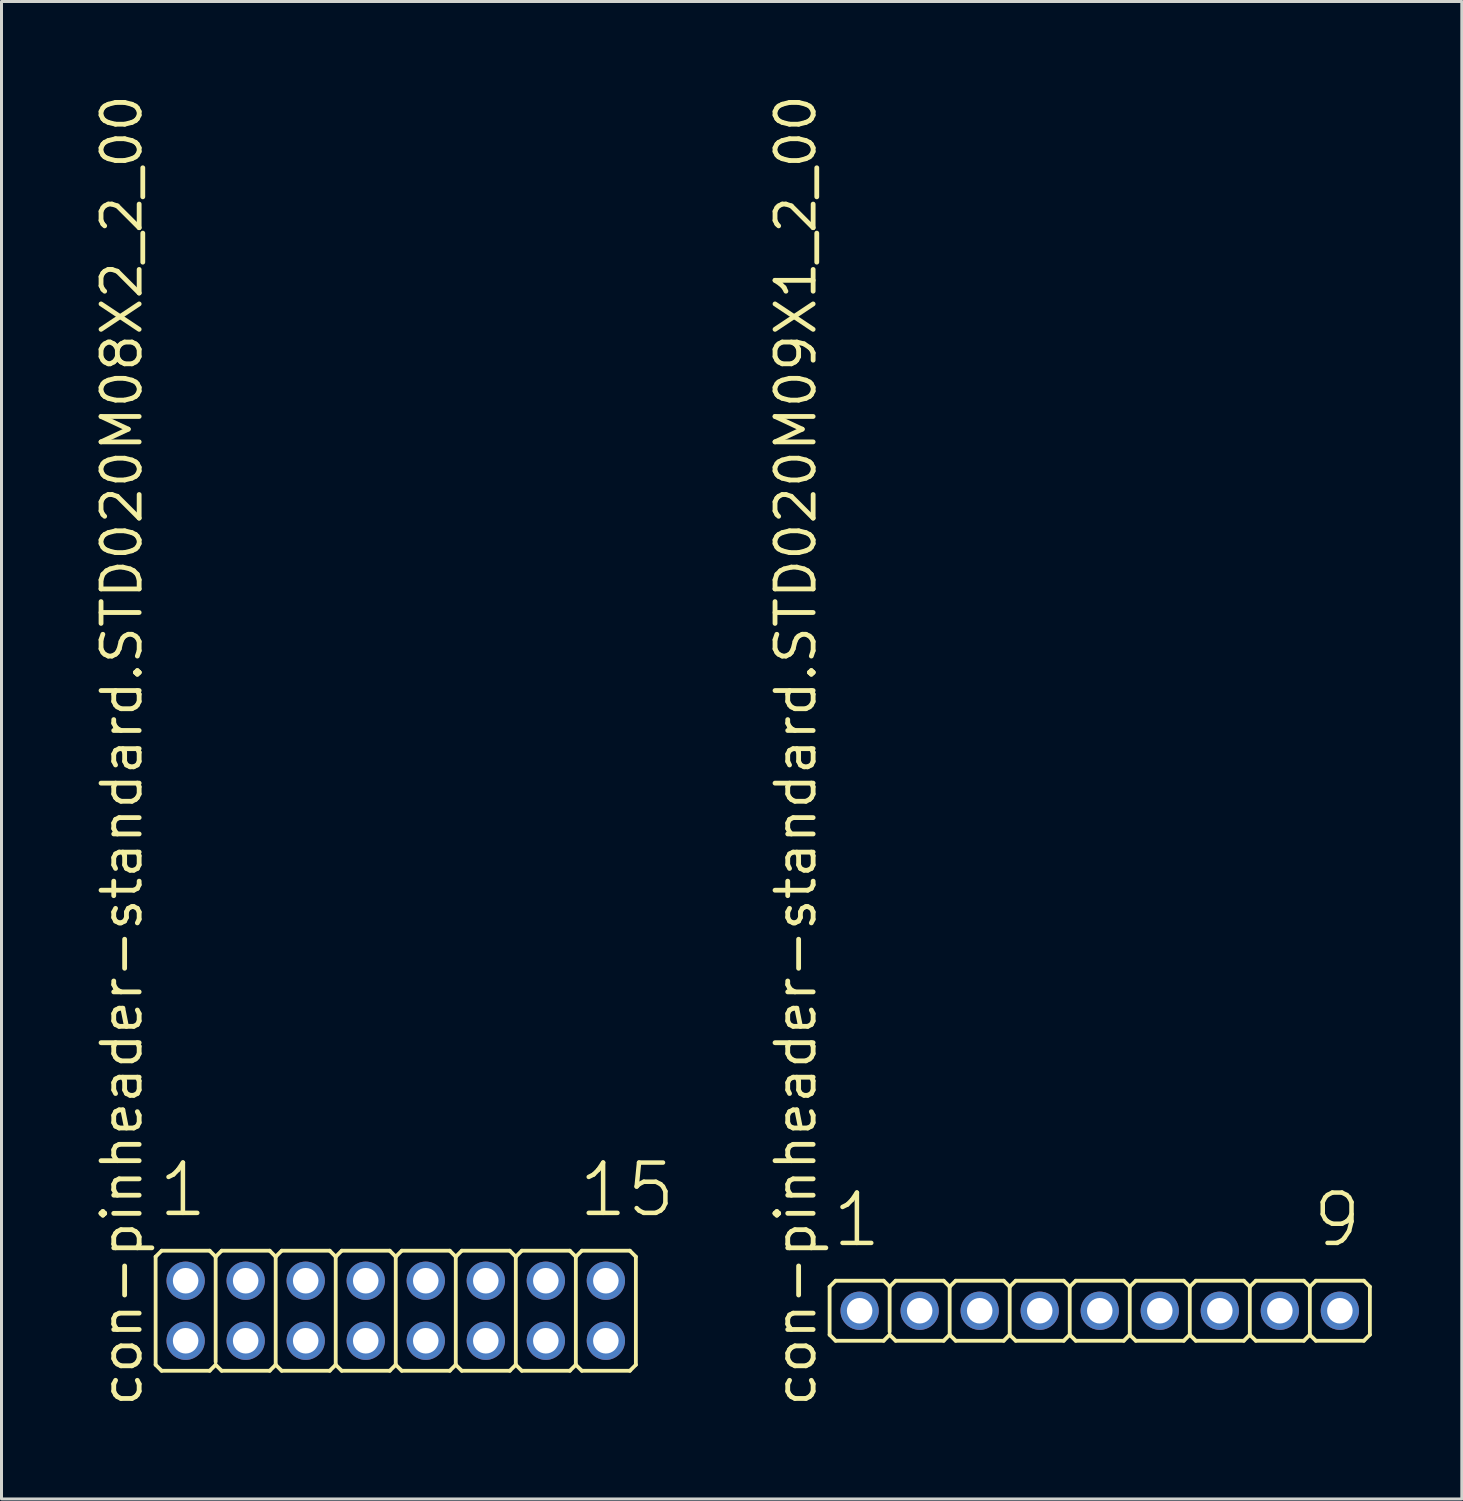
<source format=kicad_pcb>
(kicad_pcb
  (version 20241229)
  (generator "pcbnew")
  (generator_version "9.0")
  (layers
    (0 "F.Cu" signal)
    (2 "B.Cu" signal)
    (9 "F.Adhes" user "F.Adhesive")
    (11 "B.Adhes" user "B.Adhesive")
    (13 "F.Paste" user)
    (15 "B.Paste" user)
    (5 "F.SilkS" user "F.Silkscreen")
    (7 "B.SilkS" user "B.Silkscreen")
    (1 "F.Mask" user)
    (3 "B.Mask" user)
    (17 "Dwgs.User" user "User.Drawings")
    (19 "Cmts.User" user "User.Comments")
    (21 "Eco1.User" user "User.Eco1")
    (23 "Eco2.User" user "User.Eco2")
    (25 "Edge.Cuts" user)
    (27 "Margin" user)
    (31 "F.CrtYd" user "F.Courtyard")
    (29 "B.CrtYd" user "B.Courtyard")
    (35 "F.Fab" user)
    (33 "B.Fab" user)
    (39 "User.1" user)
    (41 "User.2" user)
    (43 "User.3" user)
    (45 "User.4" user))
  (footprint "con-pinheader-standard.STD020M09X1_2_00"
    (layer "F.Cu")
    (at 33.59 40.62)
    (property "Reference" "con-pinheader-standard.STD020M09X1_2_00" (at -9.385 3.27 90) (layer "F.SilkS") (effects (font (size 1.27 1.27) (thickness 0.16)) (justify left bottom)))
    (attr through_hole)
    (fp_line (start -9 0.8) (end -9 -0.8) (stroke (width 0.127) (type default)) (layer "F.SilkS"))
    (fp_line (start -8.8 -1) (end -9 -0.8) (stroke (width 0.127) (type default)) (layer "F.SilkS"))
    (fp_line (start -8.8 -1) (end -7.2 -1) (stroke (width 0.127) (type default)) (layer "F.SilkS"))
    (fp_line (start -8.8 1) (end -9 0.8) (stroke (width 0.127) (type default)) (layer "F.SilkS"))
    (fp_line (start -7.2 -1) (end -7 -0.8) (stroke (width 0.127) (type default)) (layer "F.SilkS"))
    (fp_line (start -7.2 1) (end -8.8 1) (stroke (width 0.127) (type default)) (layer "F.SilkS"))
    (fp_line (start -7.2 1) (end -7 0.8) (stroke (width 0.127) (type default)) (layer "F.SilkS"))
    (fp_line (start -7 -0.8) (end -7 0.7) (stroke (width 0.127) (type default)) (layer "F.SilkS"))
    (fp_line (start -6.8 -1) (end -7 -0.8) (stroke (width 0.127) (type default)) (layer "F.SilkS"))
    (fp_line (start -6.8 -1) (end -5.2 -1) (stroke (width 0.127) (type default)) (layer "F.SilkS"))
    (fp_line (start -6.8 1) (end -7 0.8) (stroke (width 0.127) (type default)) (layer "F.SilkS"))
    (fp_line (start -5.2 -1) (end -5 -0.8) (stroke (width 0.127) (type default)) (layer "F.SilkS"))
    (fp_line (start -5.2 1) (end -6.8 1) (stroke (width 0.127) (type default)) (layer "F.SilkS"))
    (fp_line (start -5.2 1) (end -5 0.8) (stroke (width 0.127) (type default)) (layer "F.SilkS"))
    (fp_line (start -5 -0.8) (end -5 0.8) (stroke (width 0.127) (type default)) (layer "F.SilkS"))
    (fp_line (start -4.8 -1) (end -5 -0.8) (stroke (width 0.127) (type default)) (layer "F.SilkS"))
    (fp_line (start -4.8 -1) (end -3.2 -1) (stroke (width 0.127) (type default)) (layer "F.SilkS"))
    (fp_line (start -4.8 1) (end -5 0.8) (stroke (width 0.127) (type default)) (layer "F.SilkS"))
    (fp_line (start -3.2 -1) (end -3 -0.8) (stroke (width 0.127) (type default)) (layer "F.SilkS"))
    (fp_line (start -3.2 1) (end -4.8 1) (stroke (width 0.127) (type default)) (layer "F.SilkS"))
    (fp_line (start -3.2 1) (end -3 0.8) (stroke (width 0.127) (type default)) (layer "F.SilkS"))
    (fp_line (start -3 -0.8) (end -3 0.8) (stroke (width 0.127) (type default)) (layer "F.SilkS"))
    (fp_line (start -2.8 -1) (end -3 -0.8) (stroke (width 0.127) (type default)) (layer "F.SilkS"))
    (fp_line (start -2.8 -1) (end -1.2 -1) (stroke (width 0.127) (type default)) (layer "F.SilkS"))
    (fp_line (start -2.8 1) (end -3 0.8) (stroke (width 0.127) (type default)) (layer "F.SilkS"))
    (fp_line (start -1.2 -1) (end -1 -0.8) (stroke (width 0.127) (type default)) (layer "F.SilkS"))
    (fp_line (start -1.2 1) (end -2.8 1) (stroke (width 0.127) (type default)) (layer "F.SilkS"))
    (fp_line (start -1.2 1) (end -1 0.8) (stroke (width 0.127) (type default)) (layer "F.SilkS"))
    (fp_line (start -1 -0.8) (end -1 0.8) (stroke (width 0.127) (type default)) (layer "F.SilkS"))
    (fp_line (start -0.8 -1) (end -1 -0.8) (stroke (width 0.127) (type default)) (layer "F.SilkS"))
    (fp_line (start -0.8 -1) (end 0.8 -1) (stroke (width 0.127) (type default)) (layer "F.SilkS"))
    (fp_line (start -0.8 1) (end -1 0.8) (stroke (width 0.127) (type default)) (layer "F.SilkS"))
    (fp_line (start 0.8 -1) (end 1 -0.8) (stroke (width 0.127) (type default)) (layer "F.SilkS"))
    (fp_line (start 0.8 1) (end -0.8 1) (stroke (width 0.127) (type default)) (layer "F.SilkS"))
    (fp_line (start 0.8 1) (end 1 0.8) (stroke (width 0.127) (type default)) (layer "F.SilkS"))
    (fp_line (start 1 -0.8) (end 1 0.8) (stroke (width 0.127) (type default)) (layer "F.SilkS"))
    (fp_line (start 1.2 -1) (end 1 -0.8) (stroke (width 0.127) (type default)) (layer "F.SilkS"))
    (fp_line (start 1.2 -1) (end 2.8 -1) (stroke (width 0.127) (type default)) (layer "F.SilkS"))
    (fp_line (start 1.2 1) (end 1 0.8) (stroke (width 0.127) (type default)) (layer "F.SilkS"))
    (fp_line (start 2.8 -1) (end 3 -0.8) (stroke (width 0.127) (type default)) (layer "F.SilkS"))
    (fp_line (start 2.8 1) (end 1.2 1) (stroke (width 0.127) (type default)) (layer "F.SilkS"))
    (fp_line (start 2.8 1) (end 3 0.8) (stroke (width 0.127) (type default)) (layer "F.SilkS"))
    (fp_line (start 3 -0.8) (end 3 0.8) (stroke (width 0.127) (type default)) (layer "F.SilkS"))
    (fp_line (start 3.2 -1) (end 3 -0.8) (stroke (width 0.127) (type default)) (layer "F.SilkS"))
    (fp_line (start 3.2 -1) (end 4.8 -1) (stroke (width 0.127) (type default)) (layer "F.SilkS"))
    (fp_line (start 3.2 1) (end 3 0.8) (stroke (width 0.127) (type default)) (layer "F.SilkS"))
    (fp_line (start 4.8 -1) (end 5 -0.8) (stroke (width 0.127) (type default)) (layer "F.SilkS"))
    (fp_line (start 4.8 1) (end 3.2 1) (stroke (width 0.127) (type default)) (layer "F.SilkS"))
    (fp_line (start 4.8 1) (end 5 0.8) (stroke (width 0.127) (type default)) (layer "F.SilkS"))
    (fp_line (start 5 -0.8) (end 5 0.8) (stroke (width 0.127) (type default)) (layer "F.SilkS"))
    (fp_line (start 5.2 -1) (end 5 -0.8) (stroke (width 0.127) (type default)) (layer "F.SilkS"))
    (fp_line (start 5.2 -1) (end 6.8 -1) (stroke (width 0.127) (type default)) (layer "F.SilkS"))
    (fp_line (start 5.2 1) (end 5 0.8) (stroke (width 0.127) (type default)) (layer "F.SilkS"))
    (fp_line (start 6.8 -1) (end 7 -0.8) (stroke (width 0.127) (type default)) (layer "F.SilkS"))
    (fp_line (start 6.8 1) (end 5.2 1) (stroke (width 0.127) (type default)) (layer "F.SilkS"))
    (fp_line (start 6.8 1) (end 7 0.8) (stroke (width 0.127) (type default)) (layer "F.SilkS"))
    (fp_line (start 7 -0.8) (end 7 0.8) (stroke (width 0.127) (type default)) (layer "F.SilkS"))
    (fp_line (start 7.2 -1) (end 7 -0.8) (stroke (width 0.127) (type default)) (layer "F.SilkS"))
    (fp_line (start 7.2 -1) (end 8.8 -1) (stroke (width 0.127) (type default)) (layer "F.SilkS"))
    (fp_line (start 7.2 1) (end 7 0.8) (stroke (width 0.127) (type default)) (layer "F.SilkS"))
    (fp_line (start 8.8 -1) (end 9 -0.8) (stroke (width 0.127) (type default)) (layer "F.SilkS"))
    (fp_line (start 8.8 1) (end 7.2 1) (stroke (width 0.127) (type default)) (layer "F.SilkS"))
    (fp_line (start 8.8 1) (end 9 0.8) (stroke (width 0.127) (type default)) (layer "F.SilkS"))
    (fp_line (start 9 -0.8) (end 9 0.8) (stroke (width 0.127) (type default)) (layer "F.SilkS"))
    (fp_rect (start -8.25 0.25) (end -7.75 -0.25) (stroke (width 0.05) (type default)) (fill no) (layer "F.Fab"))
    (fp_rect (start -6.25 0.25) (end -5.75 -0.25) (stroke (width 0.05) (type default)) (fill no) (layer "F.Fab"))
    (fp_rect (start -4.25 0.25) (end -3.75 -0.25) (stroke (width 0.05) (type default)) (fill no) (layer "F.Fab"))
    (fp_rect (start -2.25 0.25) (end -1.75 -0.25) (stroke (width 0.05) (type default)) (fill no) (layer "F.Fab"))
    (fp_rect (start -0.25 0.25) (end 0.25 -0.25) (stroke (width 0.05) (type default)) (fill no) (layer "F.Fab"))
    (fp_rect (start 1.75 0.25) (end 2.25 -0.25) (stroke (width 0.05) (type default)) (fill no) (layer "F.Fab"))
    (fp_rect (start 3.75 0.25) (end 4.25 -0.25) (stroke (width 0.05) (type default)) (fill no) (layer "F.Fab"))
    (fp_rect (start 5.75 0.25) (end 6.25 -0.25) (stroke (width 0.05) (type default)) (fill no) (layer "F.Fab"))
    (fp_rect (start 7.75 0.25) (end 8.25 -0.25) (stroke (width 0.05) (type default)) (fill no) (layer "F.Fab"))
    (fp_text user "9" (at 7.012 -2.048 0) (layer "F.SilkS") (effects (font (size 1.676 1.676) (thickness 0.15)) (justify left bottom)))
    (fp_text user "1" (at -8.988 -2.048 0) (layer "F.SilkS") (effects (font (size 1.676 1.676) (thickness 0.15)) (justify left bottom)))
    (pad "1" thru_hole circle (at -8 0) (size 1.275 1.275) (drill 0.85) (layers "*.Cu" "*.Mask"))
    (pad "2" thru_hole circle (at -6 0) (size 1.275 1.275) (drill 0.85) (layers "*.Cu" "*.Mask"))
    (pad "3" thru_hole circle (at -4 0) (size 1.275 1.275) (drill 0.85) (layers "*.Cu" "*.Mask"))
    (pad "4" thru_hole circle (at -2 0) (size 1.275 1.275) (drill 0.85) (layers "*.Cu" "*.Mask"))
    (pad "5" thru_hole circle (at 0 0) (size 1.275 1.275) (drill 0.85) (layers "*.Cu" "*.Mask"))
    (pad "6" thru_hole circle (at 2 0) (size 1.275 1.275) (drill 0.85) (layers "*.Cu" "*.Mask"))
    (pad "7" thru_hole circle (at 4 0) (size 1.275 1.275) (drill 0.85) (layers "*.Cu" "*.Mask"))
    (pad "8" thru_hole circle (at 6 0) (size 1.275 1.275) (drill 0.85) (layers "*.Cu" "*.Mask"))
    (pad "9" thru_hole circle (at 8 0) (size 1.275 1.275) (drill 0.85) (layers "*.Cu" "*.Mask")))
  (footprint "con-pinheader-standard.STD020M08X2_2_00"
    (layer "F.Cu")
    (at 10.135 40.62)
    (property "Reference" "con-pinheader-standard.STD020M08X2_2_00" (at -8.385 3.27 90) (layer "F.SilkS") (effects (font (size 1.27 1.27) (thickness 0.16)) (justify left bottom)))
    (attr through_hole)
    (fp_line (start -8 1.8) (end -8 -1.8) (stroke (width 0.127) (type default)) (layer "F.SilkS"))
    (fp_line (start -7.8 -2) (end -8 -1.8) (stroke (width 0.127) (type default)) (layer "F.SilkS"))
    (fp_line (start -7.8 -2) (end -6.2 -2) (stroke (width 0.127) (type default)) (layer "F.SilkS"))
    (fp_line (start -7.8 2) (end -8 1.8) (stroke (width 0.127) (type default)) (layer "F.SilkS"))
    (fp_line (start -6.2 -2) (end -6 -1.8) (stroke (width 0.127) (type default)) (layer "F.SilkS"))
    (fp_line (start -6.2 2) (end -7.8 2) (stroke (width 0.127) (type default)) (layer "F.SilkS"))
    (fp_line (start -6.2 2) (end -6 1.8) (stroke (width 0.127) (type default)) (layer "F.SilkS"))
    (fp_line (start -6 -1.8) (end -6 1.7) (stroke (width 0.127) (type default)) (layer "F.SilkS"))
    (fp_line (start -5.8 -2) (end -6 -1.8) (stroke (width 0.127) (type default)) (layer "F.SilkS"))
    (fp_line (start -5.8 -2) (end -4.2 -2) (stroke (width 0.127) (type default)) (layer "F.SilkS"))
    (fp_line (start -5.8 2) (end -6 1.8) (stroke (width 0.127) (type default)) (layer "F.SilkS"))
    (fp_line (start -4.2 -2) (end -4 -1.8) (stroke (width 0.127) (type default)) (layer "F.SilkS"))
    (fp_line (start -4.2 2) (end -5.8 2) (stroke (width 0.127) (type default)) (layer "F.SilkS"))
    (fp_line (start -4.2 2) (end -4 1.8) (stroke (width 0.127) (type default)) (layer "F.SilkS"))
    (fp_line (start -4 -1.8) (end -4 1.8) (stroke (width 0.127) (type default)) (layer "F.SilkS"))
    (fp_line (start -3.8 -2) (end -4 -1.8) (stroke (width 0.127) (type default)) (layer "F.SilkS"))
    (fp_line (start -3.8 -2) (end -2.2 -2) (stroke (width 0.127) (type default)) (layer "F.SilkS"))
    (fp_line (start -3.8 2) (end -4 1.8) (stroke (width 0.127) (type default)) (layer "F.SilkS"))
    (fp_line (start -2.2 -2) (end -2 -1.8) (stroke (width 0.127) (type default)) (layer "F.SilkS"))
    (fp_line (start -2.2 2) (end -3.8 2) (stroke (width 0.127) (type default)) (layer "F.SilkS"))
    (fp_line (start -2.2 2) (end -2 1.8) (stroke (width 0.127) (type default)) (layer "F.SilkS"))
    (fp_line (start -2 -1.8) (end -2 1.8) (stroke (width 0.127) (type default)) (layer "F.SilkS"))
    (fp_line (start -1.8 -2) (end -2 -1.8) (stroke (width 0.127) (type default)) (layer "F.SilkS"))
    (fp_line (start -1.8 -2) (end -0.2 -2) (stroke (width 0.127) (type default)) (layer "F.SilkS"))
    (fp_line (start -1.8 2) (end -2 1.8) (stroke (width 0.127) (type default)) (layer "F.SilkS"))
    (fp_line (start -0.2 -2) (end 0 -1.8) (stroke (width 0.127) (type default)) (layer "F.SilkS"))
    (fp_line (start -0.2 2) (end -1.8 2) (stroke (width 0.127) (type default)) (layer "F.SilkS"))
    (fp_line (start -0.2 2) (end 0 1.8) (stroke (width 0.127) (type default)) (layer "F.SilkS"))
    (fp_line (start 0 -1.8) (end 0 1.8) (stroke (width 0.127) (type default)) (layer "F.SilkS"))
    (fp_line (start 0.2 -2) (end 0 -1.8) (stroke (width 0.127) (type default)) (layer "F.SilkS"))
    (fp_line (start 0.2 -2) (end 1.8 -2) (stroke (width 0.127) (type default)) (layer "F.SilkS"))
    (fp_line (start 0.2 2) (end 0 1.8) (stroke (width 0.127) (type default)) (layer "F.SilkS"))
    (fp_line (start 1.8 -2) (end 2 -1.8) (stroke (width 0.127) (type default)) (layer "F.SilkS"))
    (fp_line (start 1.8 2) (end 0.2 2) (stroke (width 0.127) (type default)) (layer "F.SilkS"))
    (fp_line (start 1.8 2) (end 2 1.8) (stroke (width 0.127) (type default)) (layer "F.SilkS"))
    (fp_line (start 2 -1.8) (end 2 1.8) (stroke (width 0.127) (type default)) (layer "F.SilkS"))
    (fp_line (start 2.2 -2) (end 2 -1.8) (stroke (width 0.127) (type default)) (layer "F.SilkS"))
    (fp_line (start 2.2 -2) (end 3.8 -2) (stroke (width 0.127) (type default)) (layer "F.SilkS"))
    (fp_line (start 2.2 2) (end 2 1.8) (stroke (width 0.127) (type default)) (layer "F.SilkS"))
    (fp_line (start 3.8 -2) (end 4 -1.8) (stroke (width 0.127) (type default)) (layer "F.SilkS"))
    (fp_line (start 3.8 2) (end 2.2 2) (stroke (width 0.127) (type default)) (layer "F.SilkS"))
    (fp_line (start 3.8 2) (end 4 1.8) (stroke (width 0.127) (type default)) (layer "F.SilkS"))
    (fp_line (start 4 -1.8) (end 4 1.8) (stroke (width 0.127) (type default)) (layer "F.SilkS"))
    (fp_line (start 4.2 -2) (end 4 -1.8) (stroke (width 0.127) (type default)) (layer "F.SilkS"))
    (fp_line (start 4.2 -2) (end 5.8 -2) (stroke (width 0.127) (type default)) (layer "F.SilkS"))
    (fp_line (start 4.2 2) (end 4 1.8) (stroke (width 0.127) (type default)) (layer "F.SilkS"))
    (fp_line (start 5.8 -2) (end 6 -1.8) (stroke (width 0.127) (type default)) (layer "F.SilkS"))
    (fp_line (start 5.8 2) (end 4.2 2) (stroke (width 0.127) (type default)) (layer "F.SilkS"))
    (fp_line (start 5.8 2) (end 6 1.8) (stroke (width 0.127) (type default)) (layer "F.SilkS"))
    (fp_line (start 6 -1.8) (end 6 1.8) (stroke (width 0.127) (type default)) (layer "F.SilkS"))
    (fp_line (start 6.2 -2) (end 6 -1.8) (stroke (width 0.127) (type default)) (layer "F.SilkS"))
    (fp_line (start 6.2 -2) (end 7.8 -2) (stroke (width 0.127) (type default)) (layer "F.SilkS"))
    (fp_line (start 6.2 2) (end 6 1.8) (stroke (width 0.127) (type default)) (layer "F.SilkS"))
    (fp_line (start 7.8 -2) (end 8 -1.8) (stroke (width 0.127) (type default)) (layer "F.SilkS"))
    (fp_line (start 7.8 2) (end 6.2 2) (stroke (width 0.127) (type default)) (layer "F.SilkS"))
    (fp_line (start 7.8 2) (end 8 1.8) (stroke (width 0.127) (type default)) (layer "F.SilkS"))
    (fp_line (start 8 -1.8) (end 8 1.8) (stroke (width 0.127) (type default)) (layer "F.SilkS"))
    (fp_rect (start -7.25 -0.75) (end -6.75 -1.25) (stroke (width 0.05) (type default)) (fill no) (layer "F.Fab"))
    (fp_rect (start -7.25 1.25) (end -6.75 0.75) (stroke (width 0.05) (type default)) (fill no) (layer "F.Fab"))
    (fp_rect (start -5.25 -0.75) (end -4.75 -1.25) (stroke (width 0.05) (type default)) (fill no) (layer "F.Fab"))
    (fp_rect (start -5.25 1.25) (end -4.75 0.75) (stroke (width 0.05) (type default)) (fill no) (layer "F.Fab"))
    (fp_rect (start -3.25 -0.75) (end -2.75 -1.25) (stroke (width 0.05) (type default)) (fill no) (layer "F.Fab"))
    (fp_rect (start -3.25 1.25) (end -2.75 0.75) (stroke (width 0.05) (type default)) (fill no) (layer "F.Fab"))
    (fp_rect (start -1.25 -0.75) (end -0.75 -1.25) (stroke (width 0.05) (type default)) (fill no) (layer "F.Fab"))
    (fp_rect (start -1.25 1.25) (end -0.75 0.75) (stroke (width 0.05) (type default)) (fill no) (layer "F.Fab"))
    (fp_rect (start 0.75 -0.75) (end 1.25 -1.25) (stroke (width 0.05) (type default)) (fill no) (layer "F.Fab"))
    (fp_rect (start 0.75 1.25) (end 1.25 0.75) (stroke (width 0.05) (type default)) (fill no) (layer "F.Fab"))
    (fp_rect (start 2.75 -0.75) (end 3.25 -1.25) (stroke (width 0.05) (type default)) (fill no) (layer "F.Fab"))
    (fp_rect (start 2.75 1.25) (end 3.25 0.75) (stroke (width 0.05) (type default)) (fill no) (layer "F.Fab"))
    (fp_rect (start 4.75 -0.75) (end 5.25 -1.25) (stroke (width 0.05) (type default)) (fill no) (layer "F.Fab"))
    (fp_rect (start 4.75 1.25) (end 5.25 0.75) (stroke (width 0.05) (type default)) (fill no) (layer "F.Fab"))
    (fp_rect (start 6.75 -0.75) (end 7.25 -1.25) (stroke (width 0.05) (type default)) (fill no) (layer "F.Fab"))
    (fp_rect (start 6.75 1.25) (end 7.25 0.75) (stroke (width 0.05) (type default)) (fill no) (layer "F.Fab"))
    (fp_text user "1" (at -7.988 -3.048 0) (layer "F.SilkS") (effects (font (size 1.676 1.676) (thickness 0.15)) (justify left bottom)))
    (fp_text user "15" (at 6.012 -3.048 0) (layer "F.SilkS") (effects (font (size 1.676 1.676) (thickness 0.15)) (justify left bottom)))
    (pad "1" thru_hole circle (at -7 -1) (size 1.275 1.275) (drill 0.85) (layers "*.Cu" "*.Mask"))
    (pad "2" thru_hole circle (at -7 1) (size 1.275 1.275) (drill 0.85) (layers "*.Cu" "*.Mask"))
    (pad "3" thru_hole circle (at -5 -1) (size 1.275 1.275) (drill 0.85) (layers "*.Cu" "*.Mask"))
    (pad "4" thru_hole circle (at -5 1) (size 1.275 1.275) (drill 0.85) (layers "*.Cu" "*.Mask"))
    (pad "5" thru_hole circle (at -3 -1) (size 1.275 1.275) (drill 0.85) (layers "*.Cu" "*.Mask"))
    (pad "6" thru_hole circle (at -3 1) (size 1.275 1.275) (drill 0.85) (layers "*.Cu" "*.Mask"))
    (pad "7" thru_hole circle (at -1 -1) (size 1.275 1.275) (drill 0.85) (layers "*.Cu" "*.Mask"))
    (pad "8" thru_hole circle (at -1 1) (size 1.275 1.275) (drill 0.85) (layers "*.Cu" "*.Mask"))
    (pad "9" thru_hole circle (at 1 -1) (size 1.275 1.275) (drill 0.85) (layers "*.Cu" "*.Mask"))
    (pad "10" thru_hole circle (at 1 1) (size 1.275 1.275) (drill 0.85) (layers "*.Cu" "*.Mask"))
    (pad "11" thru_hole circle (at 3 -1) (size 1.275 1.275) (drill 0.85) (layers "*.Cu" "*.Mask"))
    (pad "12" thru_hole circle (at 3 1) (size 1.275 1.275) (drill 0.85) (layers "*.Cu" "*.Mask"))
    (pad "13" thru_hole circle (at 5 -1) (size 1.275 1.275) (drill 0.85) (layers "*.Cu" "*.Mask"))
    (pad "14" thru_hole circle (at 5 1) (size 1.275 1.275) (drill 0.85) (layers "*.Cu" "*.Mask"))
    (pad "15" thru_hole circle (at 7 -1) (size 1.275 1.275) (drill 0.85) (layers "*.Cu" "*.Mask"))
    (pad "16" thru_hole circle (at 7 1) (size 1.275 1.275) (drill 0.85) (layers "*.Cu" "*.Mask")))
  (gr_rect
    (start -3 -3)
    (end 45.653 46.89)
    (stroke (width 0.1) (type default))
    (fill no)
    (layer "Edge.Cuts")))
</source>
